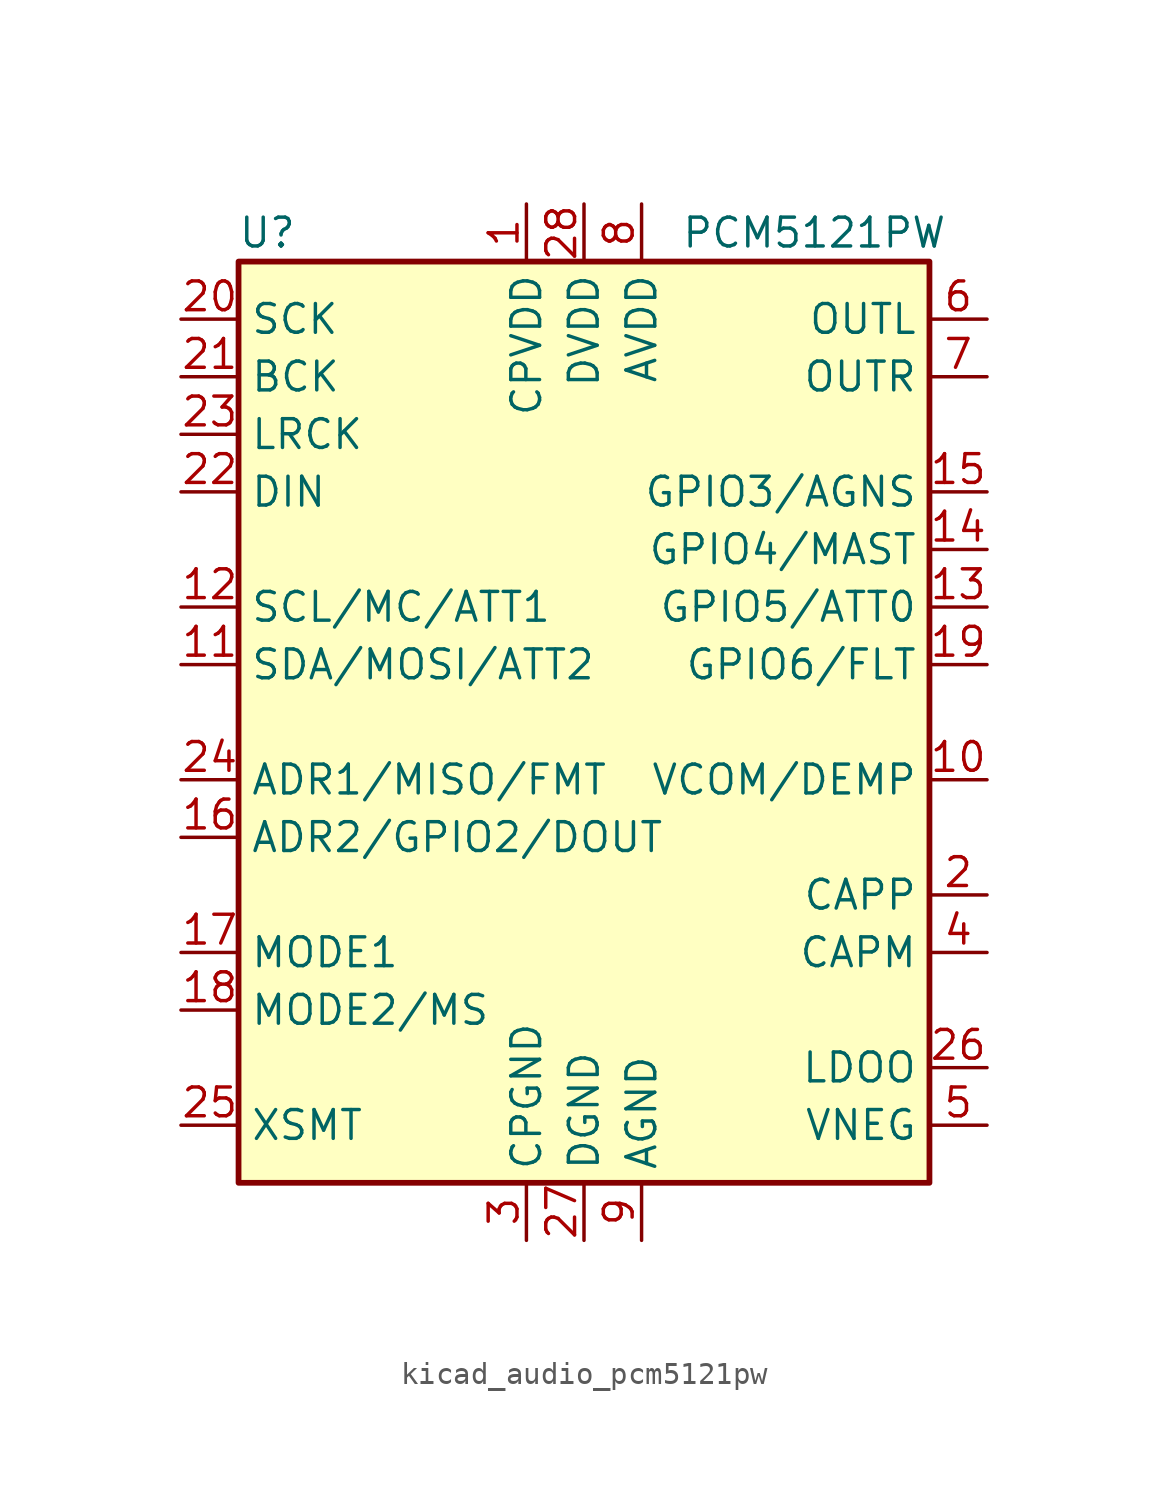
<source format=kicad_sym>
(kicad_symbol_lib
  (version 20220914)
  (generator kicad_symbol_editor)
  (symbol "kicad_audio_pcm5121pw"
    (property "Reference" "U"
      (at -13.97 21.59 0)
      (effects (font (size 1.27 1.27))))
    (property "Value" "PCM5121PW"
      (at 10.16 21.59 0)
      (effects (font (size 1.27 1.27))))
    (symbol "kicad_audio_pcm5121pw_0_1"
      (rectangle (start -15.24 20.32) (end 15.24 -20.32) (stroke (width 0.254) (type default)) (fill (type background))))
    (symbol "kicad_audio_pcm5121pw_1_1"
      (pin power_in line (at -2.54 22.86 270) (length 2.54) (name "CPVDD" (effects (font (size 1.27 1.27)))) (number "1" (effects (font (size 1.27 1.27)))))
      (pin bidirectional line (at 17.78 -2.54 180) (length 2.54) (name "VCOM/DEMP" (effects (font (size 1.27 1.27)))) (number "10" (effects (font (size 1.27 1.27)))))
      (pin bidirectional line (at -17.78 2.54 0) (length 2.54) (name "SDA/MOSI/ATT2" (effects (font (size 1.27 1.27)))) (number "11" (effects (font (size 1.27 1.27)))))
      (pin input line (at -17.78 5.08 0) (length 2.54) (name "SCL/MC/ATT1" (effects (font (size 1.27 1.27)))) (number "12" (effects (font (size 1.27 1.27)))))
      (pin bidirectional line (at 17.78 5.08 180) (length 2.54) (name "GPIO5/ATT0" (effects (font (size 1.27 1.27)))) (number "13" (effects (font (size 1.27 1.27)))))
      (pin bidirectional line (at 17.78 7.62 180) (length 2.54) (name "GPIO4/MAST" (effects (font (size 1.27 1.27)))) (number "14" (effects (font (size 1.27 1.27)))))
      (pin bidirectional line (at 17.78 10.16 180) (length 2.54) (name "GPIO3/AGNS" (effects (font (size 1.27 1.27)))) (number "15" (effects (font (size 1.27 1.27)))))
      (pin bidirectional line (at -17.78 -5.08 0) (length 2.54) (name "ADR2/GPIO2/DOUT" (effects (font (size 1.27 1.27)))) (number "16" (effects (font (size 1.27 1.27)))))
      (pin input line (at -17.78 -10.16 0) (length 2.54) (name "MODE1" (effects (font (size 1.27 1.27)))) (number "17" (effects (font (size 1.27 1.27)))))
      (pin input line (at -17.78 -12.7 0) (length 2.54) (name "MODE2/MS" (effects (font (size 1.27 1.27)))) (number "18" (effects (font (size 1.27 1.27)))))
      (pin bidirectional line (at 17.78 2.54 180) (length 2.54) (name "GPIO6/FLT" (effects (font (size 1.27 1.27)))) (number "19" (effects (font (size 1.27 1.27)))))
      (pin passive line (at 17.78 -7.62 180) (length 2.54) (name "CAPP" (effects (font (size 1.27 1.27)))) (number "2" (effects (font (size 1.27 1.27)))))
      (pin input line (at -17.78 17.78 0) (length 2.54) (name "SCK" (effects (font (size 1.27 1.27)))) (number "20" (effects (font (size 1.27 1.27)))))
      (pin bidirectional line (at -17.78 15.24 0) (length 2.54) (name "BCK" (effects (font (size 1.27 1.27)))) (number "21" (effects (font (size 1.27 1.27)))))
      (pin input line (at -17.78 10.16 0) (length 2.54) (name "DIN" (effects (font (size 1.27 1.27)))) (number "22" (effects (font (size 1.27 1.27)))))
      (pin bidirectional line (at -17.78 12.7 0) (length 2.54) (name "LRCK" (effects (font (size 1.27 1.27)))) (number "23" (effects (font (size 1.27 1.27)))))
      (pin bidirectional line (at -17.78 -2.54 0) (length 2.54) (name "ADR1/MISO/FMT" (effects (font (size 1.27 1.27)))) (number "24" (effects (font (size 1.27 1.27)))))
      (pin input line (at -17.78 -17.78 0) (length 2.54) (name "XSMT" (effects (font (size 1.27 1.27)))) (number "25" (effects (font (size 1.27 1.27)))))
      (pin passive line (at 17.78 -15.24 180) (length 2.54) (name "LDOO" (effects (font (size 1.27 1.27)))) (number "26" (effects (font (size 1.27 1.27)))))
      (pin power_in line (at 0 -22.86 90) (length 2.54) (name "DGND" (effects (font (size 1.27 1.27)))) (number "27" (effects (font (size 1.27 1.27)))))
      (pin power_in line (at 0 22.86 270) (length 2.54) (name "DVDD" (effects (font (size 1.27 1.27)))) (number "28" (effects (font (size 1.27 1.27)))))
      (pin power_in line (at -2.54 -22.86 90) (length 2.54) (name "CPGND" (effects (font (size 1.27 1.27)))) (number "3" (effects (font (size 1.27 1.27)))))
      (pin passive line (at 17.78 -10.16 180) (length 2.54) (name "CAPM" (effects (font (size 1.27 1.27)))) (number "4" (effects (font (size 1.27 1.27)))))
      (pin passive line (at 17.78 -17.78 180) (length 2.54) (name "VNEG" (effects (font (size 1.27 1.27)))) (number "5" (effects (font (size 1.27 1.27)))))
      (pin output line (at 17.78 17.78 180) (length 2.54) (name "OUTL" (effects (font (size 1.27 1.27)))) (number "6" (effects (font (size 1.27 1.27)))))
      (pin output line (at 17.78 15.24 180) (length 2.54) (name "OUTR" (effects (font (size 1.27 1.27)))) (number "7" (effects (font (size 1.27 1.27)))))
      (pin power_in line (at 2.54 22.86 270) (length 2.54) (name "AVDD" (effects (font (size 1.27 1.27)))) (number "8" (effects (font (size 1.27 1.27)))))
      (pin power_in line (at 2.54 -22.86 90) (length 2.54) (name "AGND" (effects (font (size 1.27 1.27)))) (number "9" (effects (font (size 1.27 1.27))))))))
</source>
